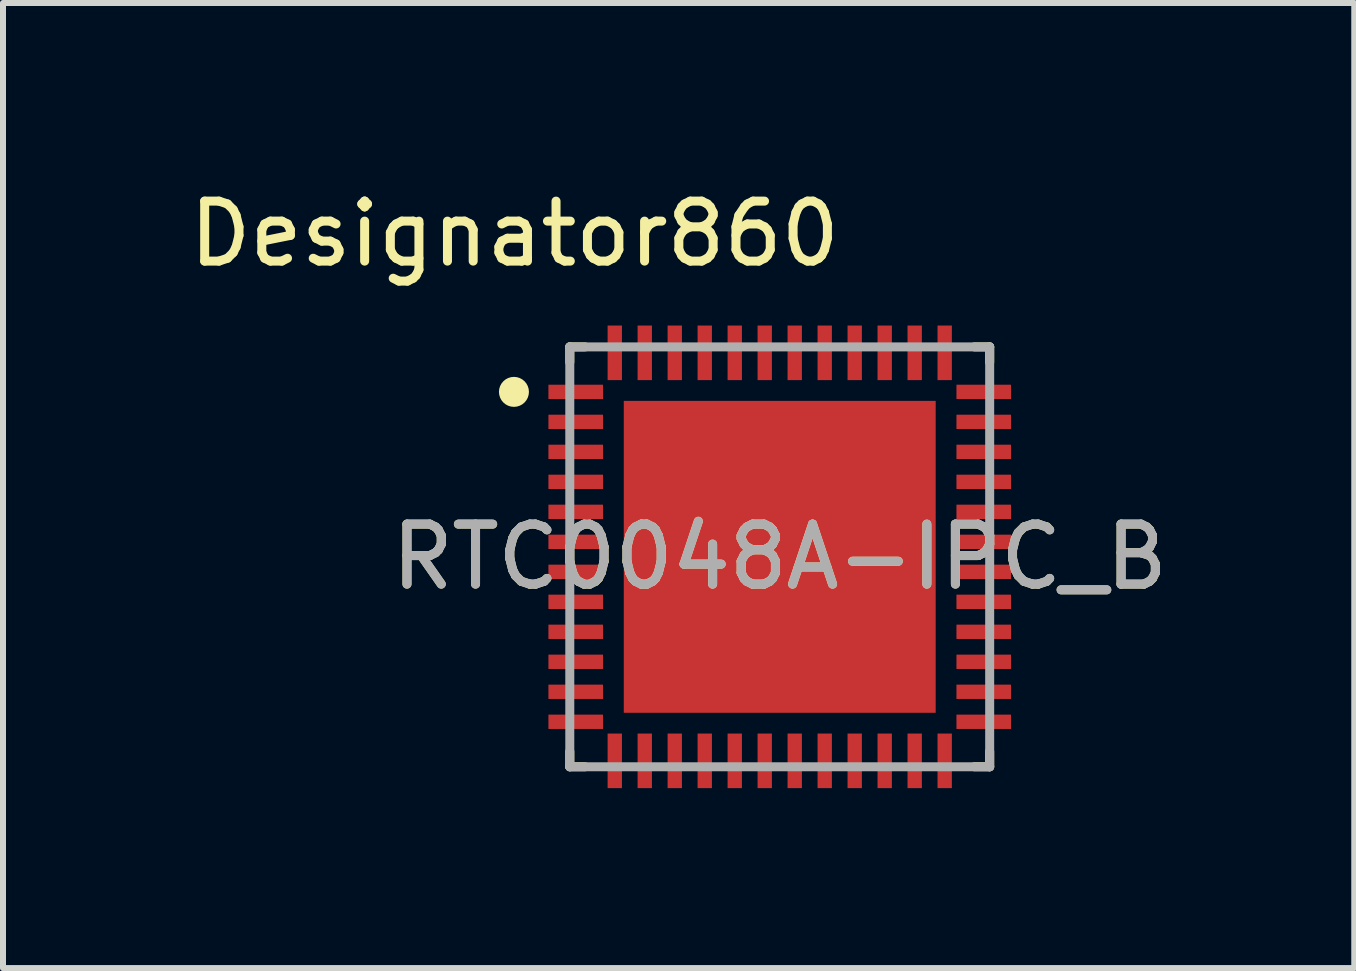
<source format=kicad_pcb>
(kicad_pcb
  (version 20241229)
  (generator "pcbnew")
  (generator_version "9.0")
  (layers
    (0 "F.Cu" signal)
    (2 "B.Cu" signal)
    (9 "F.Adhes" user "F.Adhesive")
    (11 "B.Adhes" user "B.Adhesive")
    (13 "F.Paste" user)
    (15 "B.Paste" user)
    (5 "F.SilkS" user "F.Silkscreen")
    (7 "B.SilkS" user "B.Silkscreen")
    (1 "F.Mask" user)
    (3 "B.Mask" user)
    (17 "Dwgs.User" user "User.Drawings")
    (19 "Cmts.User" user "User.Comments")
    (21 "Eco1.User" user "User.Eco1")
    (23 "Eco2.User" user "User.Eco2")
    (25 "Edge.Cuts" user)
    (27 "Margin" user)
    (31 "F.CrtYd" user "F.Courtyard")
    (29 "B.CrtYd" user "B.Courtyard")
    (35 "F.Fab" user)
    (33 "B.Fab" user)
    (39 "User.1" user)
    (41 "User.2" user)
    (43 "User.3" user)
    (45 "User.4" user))
  (footprint "RTC0048A-IPC_B"
    (layer "F.Cu")
    (at 9.949 6.233)
    (property "Reference" "RTC0048A-IPC_B" (at 0 0 0) (unlocked yes) (layer "F.SilkS") (effects (font (size 1 1) (thickness 0.15))))
    (attr smd)
    (fp_line (start -3.5 -3.5) (end -3.245 -3.5) (stroke (width 0.15) (type solid)) (layer "F.SilkS"))
    (fp_line (start -3.5 -3.245) (end -3.5 -3.5) (stroke (width 0.15) (type solid)) (layer "F.SilkS"))
    (fp_line (start -3.5 3.5) (end -3.5 3.245) (stroke (width 0.15) (type solid)) (layer "F.SilkS"))
    (fp_line (start -3.5 3.5) (end -3.245 3.5) (stroke (width 0.15) (type solid)) (layer "F.SilkS"))
    (fp_line (start 3.245 -3.5) (end 3.5 -3.5) (stroke (width 0.15) (type solid)) (layer "F.SilkS"))
    (fp_line (start 3.245 3.5) (end 3.5 3.5) (stroke (width 0.15) (type solid)) (layer "F.SilkS"))
    (fp_line (start 3.5 -3.245) (end 3.5 -3.5) (stroke (width 0.15) (type solid)) (layer "F.SilkS"))
    (fp_line (start 3.5 3.5) (end 3.5 3.245) (stroke (width 0.15) (type solid)) (layer "F.SilkS"))
    (fp_circle (center -4.431 -2.75) (end -4.306 -2.75) (stroke (width 0.25) (type solid)) (fill no) (layer "F.SilkS"))
    (fp_poly (pts (xy -1.963 -0.319) (xy -0.319 -0.319) (xy -0.319 -1.963) (xy -1.963 -1.963)) (stroke (width 0) (type solid)) (fill yes) (layer "F.Paste"))
    (fp_poly (pts (xy -1.963 1.963) (xy -0.319 1.963) (xy -0.319 0.319) (xy -1.963 0.319)) (stroke (width 0) (type solid)) (fill yes) (layer "F.Paste"))
    (fp_poly (pts (xy 0.319 -0.319) (xy 1.963 -0.319) (xy 1.963 -1.963) (xy 0.319 -1.963)) (stroke (width 0) (type solid)) (fill yes) (layer "F.Paste"))
    (fp_poly (pts (xy 0.319 1.963) (xy 1.963 1.963) (xy 1.963 0.319) (xy 0.319 0.319)) (stroke (width 0) (type solid)) (fill yes) (layer "F.Paste"))
    (fp_line (start -3.5 -3.5) (end 3.5 -3.5) (stroke (width 0.15) (type solid)) (layer "F.Fab"))
    (fp_line (start -3.5 3.5) (end -3.5 -3.5) (stroke (width 0.15) (type solid)) (layer "F.Fab"))
    (fp_line (start -3.5 3.5) (end 3.5 3.5) (stroke (width 0.15) (type solid)) (layer "F.Fab"))
    (fp_line (start 3.5 3.5) (end 3.5 -3.5) (stroke (width 0.15) (type solid)) (layer "F.Fab"))
    (fp_text user "Designator860" (at -4.42 -5.385 0) (unlocked yes) (layer "F.SilkS") (effects (font (size 1 1) (thickness 0.15))))
    (fp_text user "${REFERENCE}" (at 0 0 0) (unlocked yes) (layer "F.Fab") (effects (font (size 1 1) (thickness 0.15))))
    (pad "1" smd rect (at -3.401 -2.75 90) (size 0.239 0.91) (layers "F.Cu" "F.Mask" "F.Paste"))
    (pad "2" smd rect (at -3.401 -2.25 90) (size 0.239 0.91) (layers "F.Cu" "F.Mask" "F.Paste"))
    (pad "3" smd rect (at -3.401 -1.75 90) (size 0.239 0.91) (layers "F.Cu" "F.Mask" "F.Paste"))
    (pad "4" smd rect (at -3.401 -1.25 90) (size 0.239 0.91) (layers "F.Cu" "F.Mask" "F.Paste"))
    (pad "5" smd rect (at -3.401 -0.75 90) (size 0.239 0.91) (layers "F.Cu" "F.Mask" "F.Paste"))
    (pad "6" smd rect (at -3.401 -0.25 90) (size 0.239 0.91) (layers "F.Cu" "F.Mask" "F.Paste"))
    (pad "7" smd rect (at -3.401 0.25 90) (size 0.239 0.91) (layers "F.Cu" "F.Mask" "F.Paste"))
    (pad "8" smd rect (at -3.401 0.75 90) (size 0.239 0.91) (layers "F.Cu" "F.Mask" "F.Paste"))
    (pad "9" smd rect (at -3.401 1.25 90) (size 0.239 0.91) (layers "F.Cu" "F.Mask" "F.Paste"))
    (pad "10" smd rect (at -3.401 1.75 90) (size 0.239 0.91) (layers "F.Cu" "F.Mask" "F.Paste"))
    (pad "11" smd rect (at -3.401 2.25 90) (size 0.239 0.91) (layers "F.Cu" "F.Mask" "F.Paste"))
    (pad "12" smd rect (at -3.401 2.75 90) (size 0.239 0.91) (layers "F.Cu" "F.Mask" "F.Paste"))
    (pad "13" smd rect (at -2.75 3.401) (size 0.239 0.91) (layers "F.Cu" "F.Mask" "F.Paste"))
    (pad "14" smd rect (at -2.25 3.401) (size 0.239 0.91) (layers "F.Cu" "F.Mask" "F.Paste"))
    (pad "15" smd rect (at -1.75 3.401) (size 0.239 0.91) (layers "F.Cu" "F.Mask" "F.Paste"))
    (pad "16" smd rect (at -1.25 3.401) (size 0.239 0.91) (layers "F.Cu" "F.Mask" "F.Paste"))
    (pad "17" smd rect (at -0.75 3.401) (size 0.239 0.91) (layers "F.Cu" "F.Mask" "F.Paste"))
    (pad "18" smd rect (at -0.25 3.401) (size 0.239 0.91) (layers "F.Cu" "F.Mask" "F.Paste"))
    (pad "19" smd rect (at 0.25 3.401) (size 0.239 0.91) (layers "F.Cu" "F.Mask" "F.Paste"))
    (pad "20" smd rect (at 0.75 3.401) (size 0.239 0.91) (layers "F.Cu" "F.Mask" "F.Paste"))
    (pad "21" smd rect (at 1.25 3.401) (size 0.239 0.91) (layers "F.Cu" "F.Mask" "F.Paste"))
    (pad "22" smd rect (at 1.75 3.401) (size 0.239 0.91) (layers "F.Cu" "F.Mask" "F.Paste"))
    (pad "23" smd rect (at 2.25 3.401) (size 0.239 0.91) (layers "F.Cu" "F.Mask" "F.Paste"))
    (pad "24" smd rect (at 2.75 3.401) (size 0.239 0.91) (layers "F.Cu" "F.Mask" "F.Paste"))
    (pad "25" smd rect (at 3.401 2.75 90) (size 0.239 0.91) (layers "F.Cu" "F.Mask" "F.Paste"))
    (pad "26" smd rect (at 3.401 2.25 90) (size 0.239 0.91) (layers "F.Cu" "F.Mask" "F.Paste"))
    (pad "27" smd rect (at 3.401 1.75 90) (size 0.239 0.91) (layers "F.Cu" "F.Mask" "F.Paste"))
    (pad "28" smd rect (at 3.401 1.25 90) (size 0.239 0.91) (layers "F.Cu" "F.Mask" "F.Paste"))
    (pad "29" smd rect (at 3.401 0.75 90) (size 0.239 0.91) (layers "F.Cu" "F.Mask" "F.Paste"))
    (pad "30" smd rect (at 3.401 0.25 90) (size 0.239 0.91) (layers "F.Cu" "F.Mask" "F.Paste"))
    (pad "31" smd rect (at 3.401 -0.25 90) (size 0.239 0.91) (layers "F.Cu" "F.Mask" "F.Paste"))
    (pad "32" smd rect (at 3.401 -0.75 90) (size 0.239 0.91) (layers "F.Cu" "F.Mask" "F.Paste"))
    (pad "33" smd rect (at 3.401 -1.25 90) (size 0.239 0.91) (layers "F.Cu" "F.Mask" "F.Paste"))
    (pad "34" smd rect (at 3.401 -1.75 90) (size 0.239 0.91) (layers "F.Cu" "F.Mask" "F.Paste"))
    (pad "35" smd rect (at 3.401 -2.25 90) (size 0.239 0.91) (layers "F.Cu" "F.Mask" "F.Paste"))
    (pad "36" smd rect (at 3.401 -2.75 90) (size 0.239 0.91) (layers "F.Cu" "F.Mask" "F.Paste"))
    (pad "37" smd rect (at 2.75 -3.401) (size 0.239 0.91) (layers "F.Cu" "F.Mask" "F.Paste"))
    (pad "38" smd rect (at 2.25 -3.401) (size 0.239 0.91) (layers "F.Cu" "F.Mask" "F.Paste"))
    (pad "39" smd rect (at 1.75 -3.401) (size 0.239 0.91) (layers "F.Cu" "F.Mask" "F.Paste"))
    (pad "40" smd rect (at 1.25 -3.401) (size 0.239 0.91) (layers "F.Cu" "F.Mask" "F.Paste"))
    (pad "41" smd rect (at 0.75 -3.401) (size 0.239 0.91) (layers "F.Cu" "F.Mask" "F.Paste"))
    (pad "42" smd rect (at 0.25 -3.401) (size 0.239 0.91) (layers "F.Cu" "F.Mask" "F.Paste"))
    (pad "43" smd rect (at -0.25 -3.401) (size 0.239 0.91) (layers "F.Cu" "F.Mask" "F.Paste"))
    (pad "44" smd rect (at -0.75 -3.401) (size 0.239 0.91) (layers "F.Cu" "F.Mask" "F.Paste"))
    (pad "45" smd rect (at -1.25 -3.401) (size 0.239 0.91) (layers "F.Cu" "F.Mask" "F.Paste"))
    (pad "46" smd rect (at -1.75 -3.401) (size 0.239 0.91) (layers "F.Cu" "F.Mask" "F.Paste"))
    (pad "47" smd rect (at -2.25 -3.401) (size 0.239 0.91) (layers "F.Cu" "F.Mask" "F.Paste"))
    (pad "48" smd rect (at -2.75 -3.401) (size 0.239 0.91) (layers "F.Cu" "F.Mask" "F.Paste"))
    (pad "49" smd rect (at 0 0) (size 5.2 5.2) (layers "F.Cu" "F.Mask")))
  (gr_rect
    (start -3 -3)
    (end 19.527 13.089)
    (stroke (width 0.1) (type default))
    (fill no)
    (layer "Edge.Cuts")))
</source>
